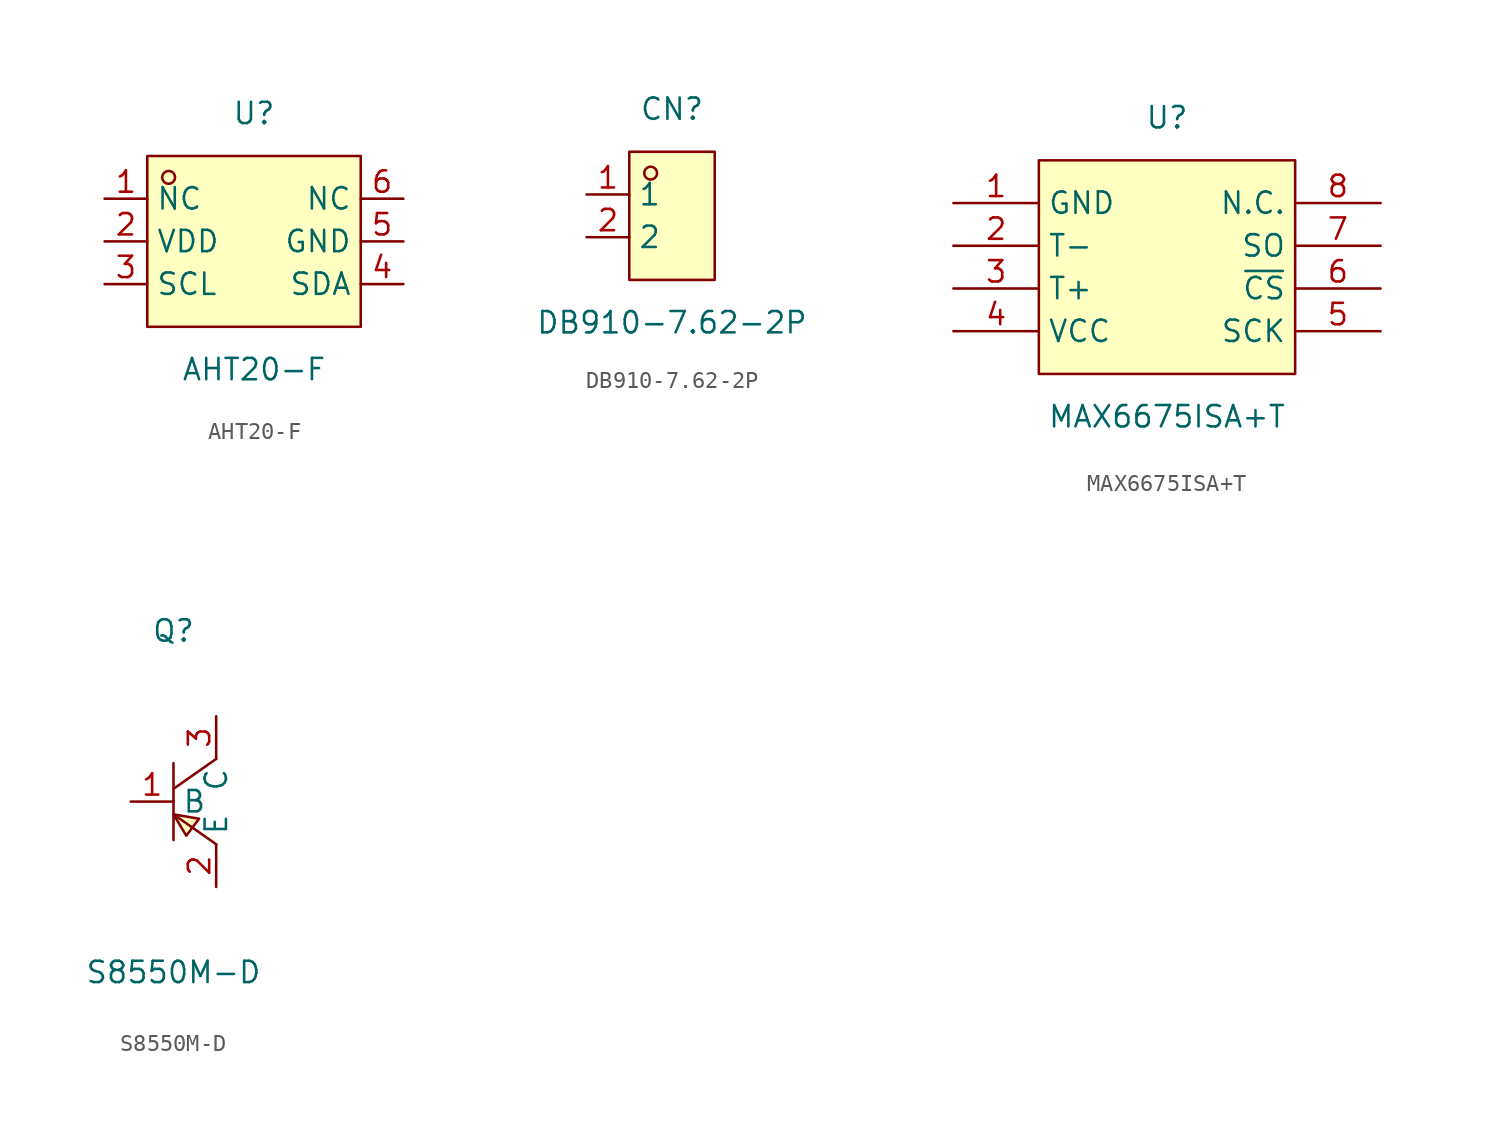
<source format=kicad_sym>
(kicad_symbol_lib
  (version 20211014)
  (generator https://github.com/uPesy/easyeda2kicad.py)
  (symbol "AHT20-F"
    (property "Reference" "U"
      (at 0 7.62 0)
      (effects (font (size 1.27 1.27))))
    (property "Value" "AHT20-F"
      (at 0 -7.62 0)
      (effects (font (size 1.27 1.27))))
    (symbol "AHT20-F_0_1"
      (rectangle (start -6.35 5.08) (end 6.35 -5.08) (stroke (width 0) (type default) (color 0 0 0 0)) (fill (type background)))
      (circle (center -5.08 3.81) (radius 0.38) (stroke (width 0) (type default) (color 0 0 0 0)) (fill (type none)))
      (pin unspecified line (at -8.89 2.54 0) (length 2.54) (name "NC" (effects (font (size 1.27 1.27)))) (number "1" (effects (font (size 1.27 1.27)))))
      (pin unspecified line (at -8.89 -0.00 0) (length 2.54) (name "VDD" (effects (font (size 1.27 1.27)))) (number "2" (effects (font (size 1.27 1.27)))))
      (pin unspecified line (at -8.89 -2.54 0) (length 2.54) (name "SCL" (effects (font (size 1.27 1.27)))) (number "3" (effects (font (size 1.27 1.27)))))
      (pin unspecified line (at 8.89 -2.54 180) (length 2.54) (name "SDA" (effects (font (size 1.27 1.27)))) (number "4" (effects (font (size 1.27 1.27)))))
      (pin unspecified line (at 8.89 -0.00 180) (length 2.54) (name "GND" (effects (font (size 1.27 1.27)))) (number "5" (effects (font (size 1.27 1.27)))))
      (pin unspecified line (at 8.89 2.54 180) (length 2.54) (name "NC" (effects (font (size 1.27 1.27)))) (number "6" (effects (font (size 1.27 1.27)))))))
  (symbol "DB910-7.62-2P"
    (property "Reference" "CN"
      (at 0 6.35 0)
      (effects (font (size 1.27 1.27))))
    (property "Value" "DB910-7.62-2P"
      (at 0 -6.35 0)
      (effects (font (size 1.27 1.27))))
    (symbol "DB910-7.62-2P_0_1"
      (rectangle (start -2.54 3.81) (end 2.54 -3.81) (stroke (width 0) (type default) (color 0 0 0 0)) (fill (type background)))
      (circle (center -1.27 2.54) (radius 0.38) (stroke (width 0) (type default) (color 0 0 0 0)) (fill (type none)))
      (pin unspecified line (at -5.08 1.27 0) (length 2.54) (name "1" (effects (font (size 1.27 1.27)))) (number "1" (effects (font (size 1.27 1.27)))))
      (pin unspecified line (at -5.08 -1.27 0) (length 2.54) (name "2" (effects (font (size 1.27 1.27)))) (number "2" (effects (font (size 1.27 1.27)))))))
  (symbol "MAX6675ISA+T"
    (property "Reference" "U"
      (at 0 8.89 0)
      (effects (font (size 1.27 1.27))))
    (property "Value" "MAX6675ISA+T"
      (at 0 -8.89 0)
      (effects (font (size 1.27 1.27))))
    (symbol "MAX6675ISA+T_0_1"
      (rectangle (start -7.62 6.35) (end 7.62 -6.35) (stroke (width 0) (type default) (color 0 0 0 0)) (fill (type background)))
      (pin unspecified line (at -12.70 3.81 0) (length 5.08) (name "GND" (effects (font (size 1.27 1.27)))) (number "1" (effects (font (size 1.27 1.27)))))
      (pin unspecified line (at -12.70 1.27 0) (length 5.08) (name "T-" (effects (font (size 1.27 1.27)))) (number "2" (effects (font (size 1.27 1.27)))))
      (pin unspecified line (at -12.70 -1.27 0) (length 5.08) (name "T+" (effects (font (size 1.27 1.27)))) (number "3" (effects (font (size 1.27 1.27)))))
      (pin unspecified line (at -12.70 -3.81 0) (length 5.08) (name "VCC" (effects (font (size 1.27 1.27)))) (number "4" (effects (font (size 1.27 1.27)))))
      (pin unspecified line (at 12.70 -3.81 180) (length 5.08) (name "SCK" (effects (font (size 1.27 1.27)))) (number "5" (effects (font (size 1.27 1.27)))))
      (pin unspecified line (at 12.70 -1.27 180) (length 5.08) (name "~{CS}" (effects (font (size 1.27 1.27)))) (number "6" (effects (font (size 1.27 1.27)))))
      (pin unspecified line (at 12.70 1.27 180) (length 5.08) (name "SO" (effects (font (size 1.27 1.27)))) (number "7" (effects (font (size 1.27 1.27)))))
      (pin unspecified line (at 12.70 3.81 180) (length 5.08) (name "N.C." (effects (font (size 1.27 1.27)))) (number "8" (effects (font (size 1.27 1.27)))))))
  (symbol "S8550M-D"
    (property "Reference" "Q"
      (at 0 10.16 0)
      (effects (font (size 1.27 1.27))))
    (property "Value" "S8550M-D"
      (at 0 -10.16 0)
      (effects (font (size 1.27 1.27))))
    (symbol "S8550M-D_0_1"
      (polyline (pts (xy 0.00 2.29) (xy 0.00 -2.29)) (stroke (width 0) (type default) (color 0 0 0 0)) (fill (type none)))
      (polyline (pts (xy 2.54 2.54) (xy 0.00 0.76)) (stroke (width 0) (type default) (color 0 0 0 0)) (fill (type none)))
      (polyline (pts (xy 0.00 -0.76) (xy 2.54 -2.54)) (stroke (width 0) (type default) (color 0 0 0 0)) (fill (type none)))
      (polyline (pts (xy 0.00 -0.76) (xy 1.52 -1.02) (xy 0.76 -2.03) (xy 0.00 -0.76)) (stroke (width 0) (type default) (color 0 0 0 0)) (fill (type background)))
      (pin unspecified line (at 2.54 5.08 270) (length 2.54) (name "C" (effects (font (size 1.27 1.27)))) (number "3" (effects (font (size 1.27 1.27)))))
      (pin unspecified line (at -2.54 -0.00 0) (length 2.54) (name "B" (effects (font (size 1.27 1.27)))) (number "1" (effects (font (size 1.27 1.27)))))
      (pin unspecified line (at 2.54 -5.08 90) (length 2.54) (name "E" (effects (font (size 1.27 1.27)))) (number "2" (effects (font (size 1.27 1.27))))))))
</source>
